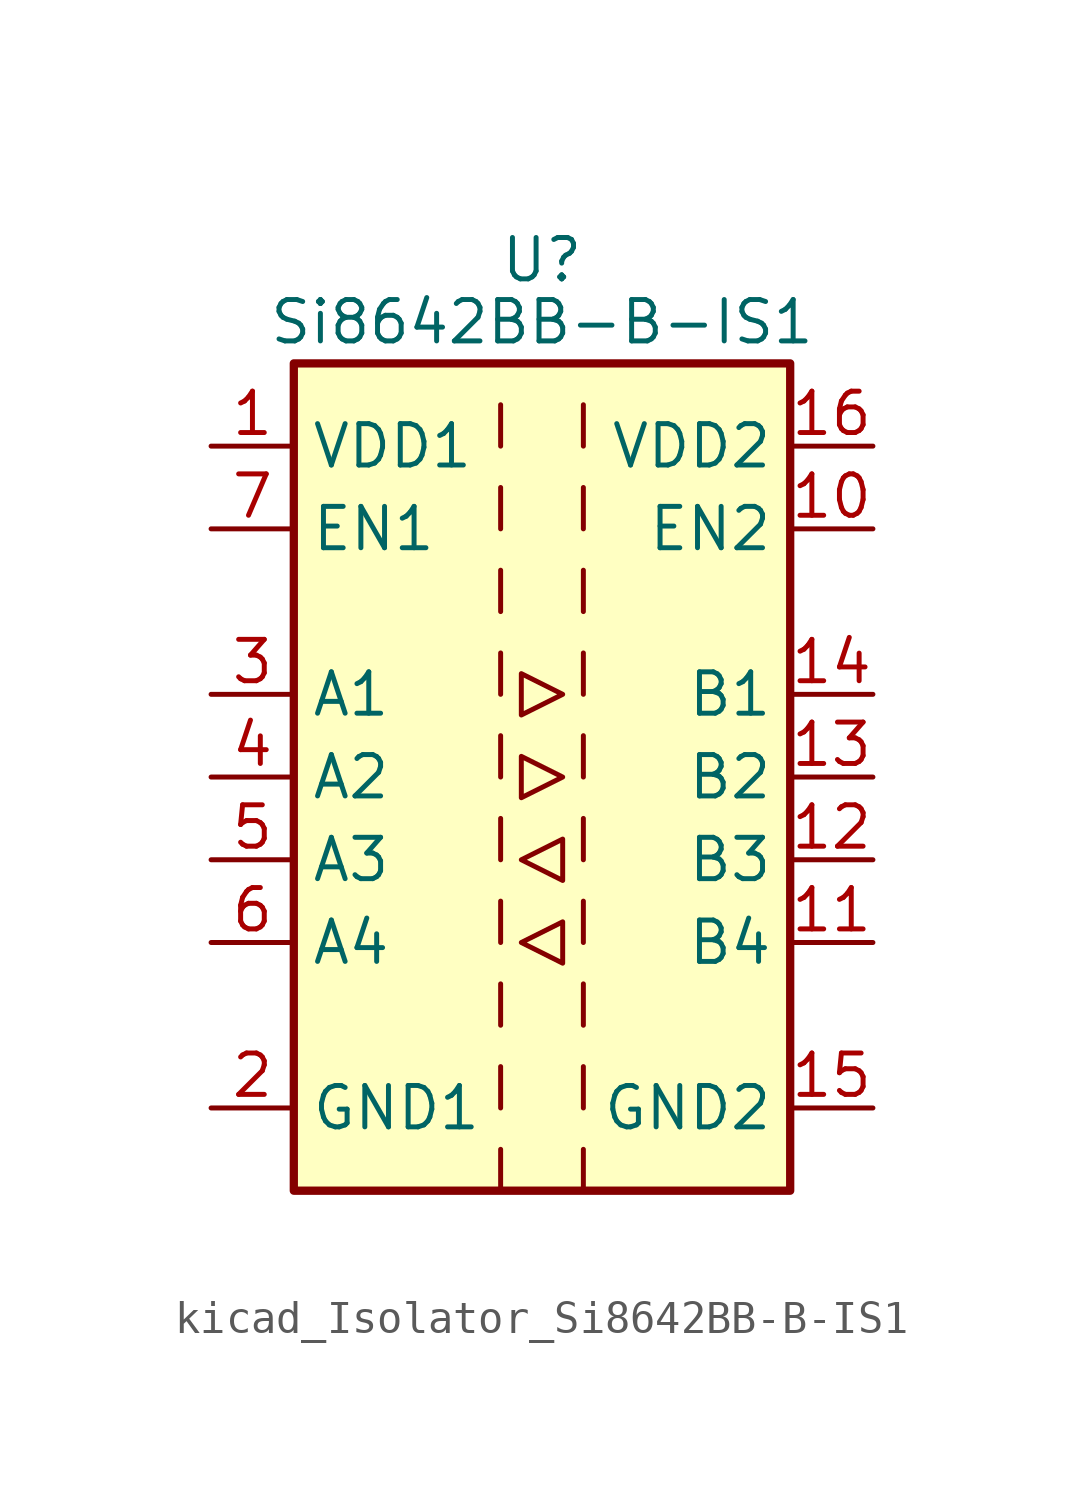
<source format=kicad_sym>
(kicad_symbol_lib
  (version 20220914)
  (generator kicad_symbol_editor)
  (symbol "kicad_Isolator_Si8642BB-B-IS1"
    (property "Reference" "U"
      (at 0 15.875 0)
      (effects (font (size 1.27 1.27))))
    (property "Value" "Si8642BB-B-IS1"
      (at 0 13.97 0)
      (effects (font (size 1.27 1.27))))
    (symbol "kicad_Isolator_Si8642BB-B-IS1_0_1"
      (rectangle (start -7.62 12.7) (end 7.62 -12.7) (stroke (width 0.254) (type default)) (fill (type background)))
      (polyline (pts (xy -1.27 -11.43) (xy -1.27 -12.7)) (stroke (width 0) (type default)) (fill (type none)))
      (polyline (pts (xy -1.27 -8.89) (xy -1.27 -10.16)) (stroke (width 0) (type default)) (fill (type none)))
      (polyline (pts (xy -1.27 -6.35) (xy -1.27 -7.62)) (stroke (width 0) (type default)) (fill (type none)))
      (polyline (pts (xy -1.27 -3.81) (xy -1.27 -5.08)) (stroke (width 0) (type default)) (fill (type none)))
      (polyline (pts (xy -1.27 -1.27) (xy -1.27 -2.54)) (stroke (width 0) (type default)) (fill (type none)))
      (polyline (pts (xy -1.27 1.27) (xy -1.27 0)) (stroke (width 0) (type default)) (fill (type none)))
      (polyline (pts (xy -1.27 3.81) (xy -1.27 2.54)) (stroke (width 0) (type default)) (fill (type none)))
      (polyline (pts (xy -1.27 6.35) (xy -1.27 5.08)) (stroke (width 0) (type default)) (fill (type none)))
      (polyline (pts (xy -1.27 8.89) (xy -1.27 7.62)) (stroke (width 0) (type default)) (fill (type none)))
      (polyline (pts (xy -1.27 11.43) (xy -1.27 10.16)) (stroke (width 0) (type default)) (fill (type none)))
      (polyline (pts (xy 1.27 -11.43) (xy 1.27 -12.7)) (stroke (width 0) (type default)) (fill (type none)))
      (polyline (pts (xy 1.27 -8.89) (xy 1.27 -10.16)) (stroke (width 0) (type default)) (fill (type none)))
      (polyline (pts (xy 1.27 -6.35) (xy 1.27 -7.62)) (stroke (width 0) (type default)) (fill (type none)))
      (polyline (pts (xy 1.27 -3.81) (xy 1.27 -5.08)) (stroke (width 0) (type default)) (fill (type none)))
      (polyline (pts (xy 1.27 -1.27) (xy 1.27 -2.54)) (stroke (width 0) (type default)) (fill (type none)))
      (polyline (pts (xy 1.27 1.27) (xy 1.27 0)) (stroke (width 0) (type default)) (fill (type none)))
      (polyline (pts (xy 1.27 3.81) (xy 1.27 2.54)) (stroke (width 0) (type default)) (fill (type none)))
      (polyline (pts (xy 1.27 6.35) (xy 1.27 5.08)) (stroke (width 0) (type default)) (fill (type none)))
      (polyline (pts (xy 1.27 8.89) (xy 1.27 7.62)) (stroke (width 0) (type default)) (fill (type none)))
      (polyline (pts (xy 1.27 11.43) (xy 1.27 10.16)) (stroke (width 0) (type default)) (fill (type none)))
      (polyline (pts (xy -0.635 -5.08) (xy 0.635 -4.445) (xy 0.635 -5.715) (xy -0.635 -5.08)) (stroke (width 0) (type default)) (fill (type none)))
      (polyline (pts (xy -0.635 -2.54) (xy 0.635 -1.905) (xy 0.635 -3.175) (xy -0.635 -2.54)) (stroke (width 0) (type default)) (fill (type none)))
      (polyline (pts (xy -0.635 0.635) (xy -0.635 -0.635) (xy 0.635 0) (xy -0.635 0.635)) (stroke (width 0) (type default)) (fill (type none)))
      (polyline (pts (xy -0.635 3.175) (xy -0.635 1.905) (xy 0.635 2.54) (xy -0.635 3.175)) (stroke (width 0) (type default)) (fill (type none))))
    (symbol "kicad_Isolator_Si8642BB-B-IS1_1_1"
      (pin power_in line (at -10.16 10.16 0) (length 2.54) (name "VDD1" (effects (font (size 1.27 1.27)))) (number "1" (effects (font (size 1.27 1.27)))))
      (pin input line (at 10.16 7.62 180) (length 2.54) (name "EN2" (effects (font (size 1.27 1.27)))) (number "10" (effects (font (size 1.27 1.27)))))
      (pin input line (at 10.16 -5.08 180) (length 2.54) (name "B4" (effects (font (size 1.27 1.27)))) (number "11" (effects (font (size 1.27 1.27)))))
      (pin input line (at 10.16 -2.54 180) (length 2.54) (name "B3" (effects (font (size 1.27 1.27)))) (number "12" (effects (font (size 1.27 1.27)))))
      (pin output line (at 10.16 0 180) (length 2.54) (name "B2" (effects (font (size 1.27 1.27)))) (number "13" (effects (font (size 1.27 1.27)))))
      (pin output line (at 10.16 2.54 180) (length 2.54) (name "B1" (effects (font (size 1.27 1.27)))) (number "14" (effects (font (size 1.27 1.27)))))
      (pin power_in line (at 10.16 -10.16 180) (length 2.54) (name "GND2" (effects (font (size 1.27 1.27)))) (number "15" (effects (font (size 1.27 1.27)))))
      (pin power_in line (at 10.16 10.16 180) (length 2.54) (name "VDD2" (effects (font (size 1.27 1.27)))) (number "16" (effects (font (size 1.27 1.27)))))
      (pin power_in line (at -10.16 -10.16 0) (length 2.54) (name "GND1" (effects (font (size 1.27 1.27)))) (number "2" (effects (font (size 1.27 1.27)))))
      (pin input line (at -10.16 2.54 0) (length 2.54) (name "A1" (effects (font (size 1.27 1.27)))) (number "3" (effects (font (size 1.27 1.27)))))
      (pin input line (at -10.16 0 0) (length 2.54) (name "A2" (effects (font (size 1.27 1.27)))) (number "4" (effects (font (size 1.27 1.27)))))
      (pin output line (at -10.16 -2.54 0) (length 2.54) (name "A3" (effects (font (size 1.27 1.27)))) (number "5" (effects (font (size 1.27 1.27)))))
      (pin output line (at -10.16 -5.08 0) (length 2.54) (name "A4" (effects (font (size 1.27 1.27)))) (number "6" (effects (font (size 1.27 1.27)))))
      (pin input line (at -10.16 7.62 0) (length 2.54) (name "EN1" (effects (font (size 1.27 1.27)))) (number "7" (effects (font (size 1.27 1.27)))))
      (pin passive line (at -10.16 -10.16 0) (length 2.54) hide (name "GND1" (effects (font (size 1.27 1.27)))) (number "8" (effects (font (size 1.27 1.27)))))
      (pin passive line (at 10.16 -10.16 180) (length 2.54) hide (name "GND2" (effects (font (size 1.27 1.27)))) (number "9" (effects (font (size 1.27 1.27))))))))
</source>
